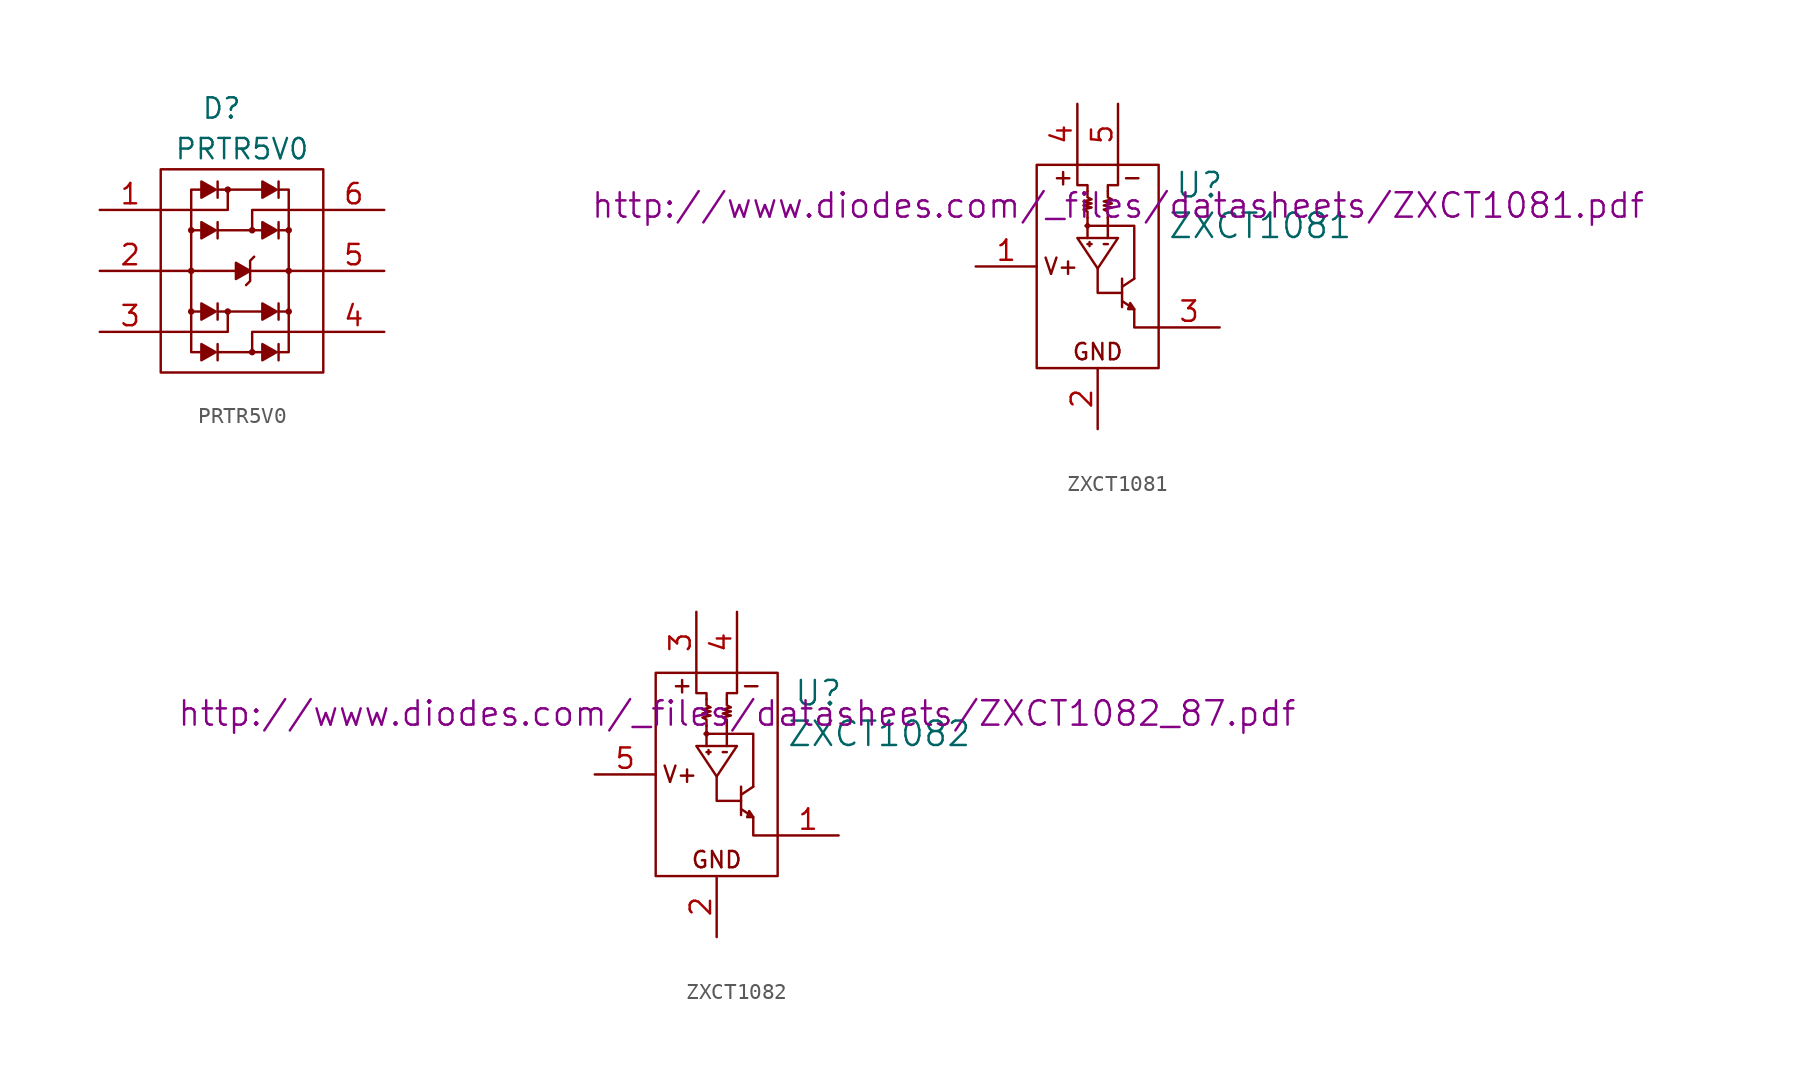
<source format=kicad_sym>
(kicad_symbol_lib
  (version 20231120)
  (generator "kicad_symbol_editor")
  (generator_version "8.0")
  (symbol "PRTR5V0"
    (pin_names
      (offset 1.016) hide)
    (property "Reference" "D"
      (at -1.27 10.16 0)
      (effects (font (size 1.27 1.27))))
    (property "Value" "PRTR5V0"
      (at 0 7.62 0)
      (effects (font (size 1.27 1.27))))
    (symbol "PRTR5V0_0_1"
      (rectangle (start -5.08 6.35) (end 5.08 -6.35) (stroke (width 0) (type default)) (fill (type none)))
      (polyline (pts (xy -2.54 -2.54) (xy -3.175 -2.54)) (stroke (width 0) (type default)) (fill (type none)))
      (polyline (pts (xy -2.54 2.54) (xy -3.175 2.54)) (stroke (width 0) (type default)) (fill (type none)))
      (polyline (pts (xy -1.524 -5.08) (xy 1.27 -5.08)) (stroke (width 0) (type default)) (fill (type none)))
      (polyline (pts (xy -1.524 -2.54) (xy 1.27 -2.54)) (stroke (width 0) (type default)) (fill (type none)))
      (polyline (pts (xy -1.524 4.572) (xy -1.524 5.588)) (stroke (width 0) (type default)) (fill (type none)))
      (polyline (pts (xy -1.524 5.08) (xy 1.27 5.08)) (stroke (width 0) (type default)) (fill (type none)))
      (polyline (pts (xy 1.27 2.54) (xy -1.524 2.54)) (stroke (width 0) (type default)) (fill (type none)))
      (polyline (pts (xy 2.286 -2.54) (xy 2.921 -2.54)) (stroke (width 0) (type default)) (fill (type none)))
      (polyline (pts (xy 2.286 2.54) (xy 2.921 2.54)) (stroke (width 0) (type default)) (fill (type none)))
      (polyline (pts (xy 5.08 0) (xy -5.08 0)) (stroke (width 0) (type default)) (fill (type none)))
      (polyline (pts (xy -5.08 -3.81) (xy -0.889 -3.81) (xy -0.889 -2.54)) (stroke (width 0) (type default)) (fill (type none)))
      (polyline (pts (xy 0.635 -5.08) (xy 0.635 -3.81) (xy 5.08 -3.81)) (stroke (width 0) (type default)) (fill (type none)))
      (polyline (pts (xy 5.08 3.81) (xy 0.635 3.81) (xy 0.635 2.54)) (stroke (width 0) (type default)) (fill (type none)))
      (polyline (pts (xy -5.08 3.81) (xy -0.889 3.81) (xy -0.889 4.953) (xy -0.889 5.08)) (stroke (width 0) (type default)) (fill (type none)))
      (polyline (pts (xy -2.54 5.08) (xy -3.175 5.08) (xy -3.175 -5.08) (xy -2.54 -5.08)) (stroke (width 0) (type default)) (fill (type none)))
      (polyline (pts (xy -2.54 5.588) (xy -2.54 4.572) (xy -1.651 5.08) (xy -2.54 5.588)) (stroke (width 0) (type default)) (fill (type outline)))
      (polyline (pts (xy 0.508 0) (xy -0.381 -0.508) (xy -0.381 0.508) (xy 0.508 0)) (stroke (width 0) (type default)) (fill (type outline)))
      (polyline (pts (xy 2.286 5.08) (xy 2.921 5.08) (xy 2.921 -5.08) (xy 2.286 -5.08)) (stroke (width 0) (type default)) (fill (type none)))
      (polyline (pts (xy 0.762 0.889) (xy 0.508 0.635) (xy 0.508 0) (xy 0.508 -0.635) (xy 0.254 -0.889)) (stroke (width 0) (type default)) (fill (type none))))
    (symbol "PRTR5V0_1_1"
      (circle (center -3.175 -2.54) (radius 0.127) (stroke (width 0) (type default)) (fill (type none)))
      (circle (center -3.175 0) (radius 0.127) (stroke (width 0) (type default)) (fill (type none)))
      (circle (center -3.175 2.54) (radius 0.127) (stroke (width 0) (type default)) (fill (type none)))
      (circle (center -0.889 -2.54) (radius 0.127) (stroke (width 0) (type default)) (fill (type none)))
      (circle (center -0.889 5.08) (radius 0.127) (stroke (width 0) (type default)) (fill (type none)))
      (polyline (pts (xy -1.524 -5.588) (xy -1.524 -4.572)) (stroke (width 0) (type default)) (fill (type none)))
      (polyline (pts (xy -1.524 -3.048) (xy -1.524 -2.032)) (stroke (width 0) (type default)) (fill (type none)))
      (polyline (pts (xy -1.524 2.032) (xy -1.524 3.048)) (stroke (width 0) (type default)) (fill (type none)))
      (polyline (pts (xy 2.286 -5.588) (xy 2.286 -4.572)) (stroke (width 0) (type default)) (fill (type none)))
      (polyline (pts (xy 2.286 -3.048) (xy 2.286 -2.032)) (stroke (width 0) (type default)) (fill (type none)))
      (polyline (pts (xy 2.286 2.032) (xy 2.286 3.048)) (stroke (width 0) (type default)) (fill (type none)))
      (polyline (pts (xy 2.286 4.572) (xy 2.286 5.588)) (stroke (width 0) (type default)) (fill (type none)))
      (polyline (pts (xy -2.54 -4.572) (xy -2.54 -5.588) (xy -1.651 -5.08) (xy -2.54 -4.572)) (stroke (width 0) (type default)) (fill (type outline)))
      (polyline (pts (xy -2.54 -2.032) (xy -2.54 -3.048) (xy -1.651 -2.54) (xy -2.54 -2.032)) (stroke (width 0) (type default)) (fill (type outline)))
      (polyline (pts (xy -2.54 3.048) (xy -2.54 2.032) (xy -1.651 2.54) (xy -2.54 3.048)) (stroke (width 0) (type default)) (fill (type outline)))
      (polyline (pts (xy 1.27 -4.572) (xy 1.27 -5.588) (xy 2.159 -5.08) (xy 1.27 -4.572)) (stroke (width 0) (type default)) (fill (type outline)))
      (polyline (pts (xy 1.27 -2.032) (xy 1.27 -3.048) (xy 2.159 -2.54) (xy 1.27 -2.032)) (stroke (width 0) (type default)) (fill (type outline)))
      (polyline (pts (xy 1.27 3.048) (xy 1.27 2.032) (xy 2.159 2.54) (xy 1.27 3.048)) (stroke (width 0) (type default)) (fill (type outline)))
      (polyline (pts (xy 1.27 5.588) (xy 1.27 4.572) (xy 2.159 5.08) (xy 1.27 5.588)) (stroke (width 0) (type default)) (fill (type outline)))
      (circle (center 0.635 -5.08) (radius 0.127) (stroke (width 0) (type default)) (fill (type none)))
      (circle (center 0.635 2.54) (radius 0.127) (stroke (width 0) (type default)) (fill (type none)))
      (circle (center 2.921 -2.54) (radius 0.127) (stroke (width 0) (type default)) (fill (type none)))
      (circle (center 2.921 0) (radius 0.127) (stroke (width 0) (type default)) (fill (type none)))
      (circle (center 2.921 2.54) (radius 0.127) (stroke (width 0) (type default)) (fill (type none)))
      (pin input line (at -8.89 3.81 0) (length 3.81) (name "D1" (effects (font (size 1.27 1.27)))) (number "1" (effects (font (size 1.27 1.27)))))
      (pin input line (at -8.89 0 0) (length 3.81) (name "GND" (effects (font (size 1.27 1.27)))) (number "2" (effects (font (size 1.27 1.27)))))
      (pin input line (at -8.89 -3.81 0) (length 3.81) (name "D2" (effects (font (size 1.27 1.27)))) (number "3" (effects (font (size 1.27 1.27)))))
      (pin input line (at 8.89 -3.81 180) (length 3.81) (name "D2c" (effects (font (size 1.27 1.27)))) (number "4" (effects (font (size 1.27 1.27)))))
      (pin input line (at 8.89 0 180) (length 3.81) (name "VBUS" (effects (font (size 1.27 1.27)))) (number "5" (effects (font (size 1.27 1.27)))))
      (pin input line (at 8.89 3.81 180) (length 3.81) (name "D1c" (effects (font (size 1.27 1.27)))) (number "6" (effects (font (size 1.27 1.27)))))))
  (symbol "ZXCT1081"
    (pin_names
      (offset 1.016) hide)
    (property "Reference" "U"
      (at 6.35 5.08 0)
      (effects (font (size 1.524 1.524))))
    (property "Value" "ZXCT1081"
      (at 10.16 2.54 0)
      (effects (font (size 1.524 1.524))))
    (property "Footprint" ""
      (at 1.27 3.81 0)
      (effects (font (size 1.524 1.524))))
    (property "Datasheet" "http://www.diodes.com/_files/datasheets/ZXCT1081.pdf"
      (at 1.27 3.81 0)
      (effects (font (size 1.524 1.524))))
    (symbol "ZXCT1081_0_0"
      (text "+" (at -2.159 5.588 0) (effects (font (size 1.016 1.016))))
      (text "-" (at 2.159 5.588 0) (effects (font (size 1.016 1.016))))
      (text "GND" (at 0 -5.334 0) (effects (font (size 1.016 1.016))))
      (text "V+" (at -2.286 0 0) (effects (font (size 1.016 1.016)))))
    (symbol "ZXCT1081_0_1"
      (rectangle (start -3.81 6.35) (end 3.81 -6.35) (stroke (width 0) (type default)) (fill (type none)))
      (polyline (pts (xy -0.635 3.048) (xy -0.635 1.778)) (stroke (width 0) (type default)) (fill (type none)))
      (polyline (pts (xy -0.508 1.524) (xy -0.508 1.27)) (stroke (width 0) (type default)) (fill (type none)))
      (polyline (pts (xy 0.381 1.397) (xy 0.635 1.397)) (stroke (width 0) (type default)) (fill (type none)))
      (polyline (pts (xy 0.635 3.048) (xy 0.635 1.778)) (stroke (width 0) (type default)) (fill (type none)))
      (polyline (pts (xy 1.524 -0.762) (xy 1.524 -2.54)) (stroke (width 0) (type default)) (fill (type none)))
      (polyline (pts (xy 2.286 -0.762) (xy 1.524 -1.27)) (stroke (width 0) (type default)) (fill (type none)))
      (polyline (pts (xy -0.635 1.397) (xy -0.508 1.397) (xy -0.381 1.397)) (stroke (width 0) (type default)) (fill (type none)))
      (polyline (pts (xy -0.635 2.54) (xy 2.286 2.54) (xy 2.286 -0.762)) (stroke (width 0) (type default)) (fill (type none)))
      (polyline (pts (xy 1.524 -1.651) (xy 0 -1.651) (xy 0 -0.127)) (stroke (width 0) (type default)) (fill (type none)))
      (polyline (pts (xy 2.286 -2.667) (xy 2.286 -3.81) (xy 3.81 -3.81)) (stroke (width 0) (type default)) (fill (type none)))
      (polyline (pts (xy -1.27 1.778) (xy 1.27 1.778) (xy 0 -0.127) (xy -1.27 1.778)) (stroke (width 0) (type default)) (fill (type none)))
      (polyline (pts (xy -0.635 4.699) (xy -0.635 5.08) (xy -1.27 5.08) (xy -1.27 6.35)) (stroke (width 0) (type default)) (fill (type none)))
      (polyline (pts (xy 0.635 4.699) (xy 0.635 5.08) (xy 1.27 5.08) (xy 1.27 6.35)) (stroke (width 0) (type default)) (fill (type none)))
      (polyline (pts (xy -0.635 2.667) (xy -0.762 2.54) (xy -0.635 2.413) (xy -0.508 2.54) (xy -0.635 2.667)) (stroke (width 0) (type default)) (fill (type none)))
      (polyline (pts (xy 1.524 -2.159) (xy 2.286 -2.667) (xy 2.032 -2.286) (xy 1.905 -2.667) (xy 2.286 -2.667)) (stroke (width 0) (type default)) (fill (type none)))
      (polyline (pts (xy -0.635 4.699) (xy -0.635 4.318) (xy -0.381 4.191) (xy -0.889 4.064) (xy -0.381 3.937) (xy -0.889 3.81) (xy -0.381 3.683) (xy -0.889 3.556) (xy -0.635 3.429) (xy -0.635 3.048)) (stroke (width 0) (type default)) (fill (type none)))
      (polyline (pts (xy 0.635 4.699) (xy 0.635 4.318) (xy 0.889 4.191) (xy 0.381 4.064) (xy 0.889 3.937) (xy 0.381 3.81) (xy 0.889 3.683) (xy 0.381 3.556) (xy 0.635 3.429) (xy 0.635 3.048)) (stroke (width 0) (type default)) (fill (type none))))
    (symbol "ZXCT1081_1_1"
      (pin input line (at -7.62 0 0) (length 3.81) (name "V+" (effects (font (size 1.27 1.27)))) (number "1" (effects (font (size 1.27 1.27)))))
      (pin input line (at 0 -10.16 90) (length 3.81) (name "GND" (effects (font (size 1.27 1.27)))) (number "2" (effects (font (size 1.27 1.27)))))
      (pin input line (at 7.62 -3.81 180) (length 3.81) (name "OUT" (effects (font (size 1.27 1.27)))) (number "3" (effects (font (size 1.27 1.27)))))
      (pin input line (at -1.27 10.16 270) (length 3.81) (name "Vin+" (effects (font (size 1.27 1.27)))) (number "4" (effects (font (size 1.27 1.27)))))
      (pin input line (at 1.27 10.16 270) (length 3.81) (name "Vin-" (effects (font (size 1.27 1.27)))) (number "5" (effects (font (size 1.27 1.27)))))))
  (symbol "ZXCT1082"
    (pin_names
      (offset 1.016) hide)
    (property "Reference" "U"
      (at 6.35 5.08 0)
      (effects (font (size 1.524 1.524))))
    (property "Value" "ZXCT1082"
      (at 10.16 2.54 0)
      (effects (font (size 1.524 1.524))))
    (property "Footprint" ""
      (at 1.27 3.81 0)
      (effects (font (size 1.524 1.524))))
    (property "Datasheet" "http://www.diodes.com/_files/datasheets/ZXCT1082_87.pdf"
      (at 1.27 3.81 0)
      (effects (font (size 1.524 1.524))))
    (symbol "ZXCT1082_0_0"
      (text "+" (at -2.159 5.588 0) (effects (font (size 1.016 1.016))))
      (text "-" (at 2.159 5.588 0) (effects (font (size 1.016 1.016))))
      (text "GND" (at 0 -5.334 0) (effects (font (size 1.016 1.016))))
      (text "V+" (at -2.286 0 0) (effects (font (size 1.016 1.016)))))
    (symbol "ZXCT1082_0_1"
      (rectangle (start -3.81 6.35) (end 3.81 -6.35) (stroke (width 0) (type default)) (fill (type none)))
      (polyline (pts (xy -0.635 3.048) (xy -0.635 1.778)) (stroke (width 0) (type default)) (fill (type none)))
      (polyline (pts (xy -0.508 1.524) (xy -0.508 1.27)) (stroke (width 0) (type default)) (fill (type none)))
      (polyline (pts (xy 0.381 1.397) (xy 0.635 1.397)) (stroke (width 0) (type default)) (fill (type none)))
      (polyline (pts (xy 0.635 3.048) (xy 0.635 1.778)) (stroke (width 0) (type default)) (fill (type none)))
      (polyline (pts (xy 1.524 -0.762) (xy 1.524 -2.54)) (stroke (width 0) (type default)) (fill (type none)))
      (polyline (pts (xy 2.286 -0.762) (xy 1.524 -1.27)) (stroke (width 0) (type default)) (fill (type none)))
      (polyline (pts (xy -0.635 1.397) (xy -0.508 1.397) (xy -0.381 1.397)) (stroke (width 0) (type default)) (fill (type none)))
      (polyline (pts (xy -0.635 2.54) (xy 2.286 2.54) (xy 2.286 -0.762)) (stroke (width 0) (type default)) (fill (type none)))
      (polyline (pts (xy 1.524 -1.651) (xy 0 -1.651) (xy 0 -0.127)) (stroke (width 0) (type default)) (fill (type none)))
      (polyline (pts (xy 2.286 -2.667) (xy 2.286 -3.81) (xy 3.81 -3.81)) (stroke (width 0) (type default)) (fill (type none)))
      (polyline (pts (xy -1.27 1.778) (xy 1.27 1.778) (xy 0 -0.127) (xy -1.27 1.778)) (stroke (width 0) (type default)) (fill (type none)))
      (polyline (pts (xy -0.635 4.699) (xy -0.635 5.08) (xy -1.27 5.08) (xy -1.27 6.35)) (stroke (width 0) (type default)) (fill (type none)))
      (polyline (pts (xy 0.635 4.699) (xy 0.635 5.08) (xy 1.27 5.08) (xy 1.27 6.35)) (stroke (width 0) (type default)) (fill (type none)))
      (polyline (pts (xy -0.635 2.667) (xy -0.762 2.54) (xy -0.635 2.413) (xy -0.508 2.54) (xy -0.635 2.667)) (stroke (width 0) (type default)) (fill (type none)))
      (polyline (pts (xy 1.524 -2.159) (xy 2.286 -2.667) (xy 2.032 -2.286) (xy 1.905 -2.667) (xy 2.286 -2.667)) (stroke (width 0) (type default)) (fill (type none)))
      (polyline (pts (xy -0.635 4.699) (xy -0.635 4.318) (xy -0.381 4.191) (xy -0.889 4.064) (xy -0.381 3.937) (xy -0.889 3.81) (xy -0.381 3.683) (xy -0.889 3.556) (xy -0.635 3.429) (xy -0.635 3.048)) (stroke (width 0) (type default)) (fill (type none)))
      (polyline (pts (xy 0.635 4.699) (xy 0.635 4.318) (xy 0.889 4.191) (xy 0.381 4.064) (xy 0.889 3.937) (xy 0.381 3.81) (xy 0.889 3.683) (xy 0.381 3.556) (xy 0.635 3.429) (xy 0.635 3.048)) (stroke (width 0) (type default)) (fill (type none))))
    (symbol "ZXCT1082_1_1"
      (pin input line (at 7.62 -3.81 180) (length 3.81) (name "OUT" (effects (font (size 1.27 1.27)))) (number "1" (effects (font (size 1.27 1.27)))))
      (pin input line (at 0 -10.16 90) (length 3.81) (name "GND" (effects (font (size 1.27 1.27)))) (number "2" (effects (font (size 1.27 1.27)))))
      (pin input line (at -1.27 10.16 270) (length 3.81) (name "Vin+" (effects (font (size 1.27 1.27)))) (number "3" (effects (font (size 1.27 1.27)))))
      (pin input line (at 1.27 10.16 270) (length 3.81) (name "Vin-" (effects (font (size 1.27 1.27)))) (number "4" (effects (font (size 1.27 1.27)))))
      (pin input line (at -7.62 0 0) (length 3.81) (name "V+" (effects (font (size 1.27 1.27)))) (number "5" (effects (font (size 1.27 1.27))))))))
</source>
